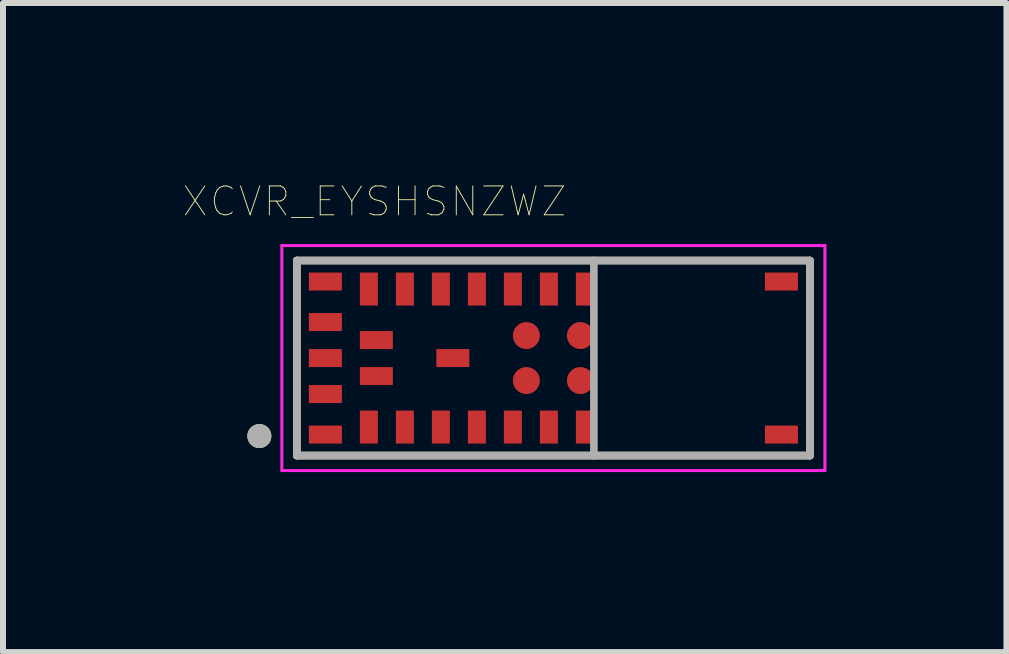
<source format=kicad_pcb>
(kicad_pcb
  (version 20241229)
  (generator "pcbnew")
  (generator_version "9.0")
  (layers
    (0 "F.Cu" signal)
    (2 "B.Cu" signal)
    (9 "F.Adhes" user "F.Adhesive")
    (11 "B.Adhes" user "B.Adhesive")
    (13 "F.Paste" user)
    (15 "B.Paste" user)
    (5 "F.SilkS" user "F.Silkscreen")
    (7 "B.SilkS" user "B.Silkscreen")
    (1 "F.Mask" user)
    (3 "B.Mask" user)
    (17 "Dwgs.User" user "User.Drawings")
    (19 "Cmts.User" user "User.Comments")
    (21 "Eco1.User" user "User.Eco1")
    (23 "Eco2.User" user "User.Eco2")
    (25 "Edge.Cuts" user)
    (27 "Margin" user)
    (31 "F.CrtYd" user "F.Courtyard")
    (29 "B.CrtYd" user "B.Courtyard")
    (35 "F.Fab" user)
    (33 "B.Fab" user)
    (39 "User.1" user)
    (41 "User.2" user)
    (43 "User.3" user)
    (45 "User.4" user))
  (footprint "XCVR_EYSHSNZWZ"
    (layer "F.Cu")
    (at 6.172 2.917)
    (property "Reference" "XCVR_EYSHSNZWZ" (at -2.981 -2.609 0) (layer "F.SilkS") (effects (font (size 0.481 0.481) (thickness 0.015))))
    (attr through_hole)
    (fp_line (start -4.275 -1.625) (end 4.275 -1.625) (stroke (width 0.127) (type solid)) (layer "F.SilkS"))
    (fp_line (start -4.275 1.625) (end -4.275 -1.625) (stroke (width 0.127) (type solid)) (layer "F.SilkS"))
    (fp_line (start 4.275 -1.625) (end 4.275 1.625) (stroke (width 0.127) (type solid)) (layer "F.SilkS"))
    (fp_line (start 4.275 1.625) (end -4.275 1.625) (stroke (width 0.127) (type solid)) (layer "F.SilkS"))
    (fp_circle (center -4.9 1.3) (end -4.8 1.3) (stroke (width 0.2) (type solid)) (fill no) (layer "F.SilkS"))
    (fp_poly (pts (xy -4.025 1.125) (xy -3.58 1.125) (xy -3.58 1.427) (xy -4.025 1.427)) (stroke (width 0.01) (type solid)) (fill yes) (layer "F.Paste"))
    (fp_poly (pts (xy -4.025 0.45) (xy -3.58 0.45) (xy -3.58 0.751) (xy -4.025 0.751)) (stroke (width 0.01) (type solid)) (fill yes) (layer "F.Paste"))
    (fp_poly (pts (xy -4.024 -0.15) (xy -3.58 -0.15) (xy -3.58 0.15) (xy -4.024 0.15)) (stroke (width 0.01) (type solid)) (fill yes) (layer "F.Paste"))
    (fp_poly (pts (xy -4.024 -1.425) (xy -3.58 -1.425) (xy -3.58 -1.126) (xy -4.024 -1.126)) (stroke (width 0.01) (type solid)) (fill yes) (layer "F.Paste"))
    (fp_poly (pts (xy -4.022 -0.75) (xy -3.58 -0.75) (xy -3.58 -0.45) (xy -4.022 -0.45)) (stroke (width 0.01) (type solid)) (fill yes) (layer "F.Paste"))
    (fp_poly (pts (xy -3.227 0.93) (xy -2.925 0.93) (xy -2.925 1.371) (xy -3.227 1.371)) (stroke (width 0.01) (type solid)) (fill yes) (layer "F.Paste"))
    (fp_poly (pts (xy -3.225 -1.37) (xy -2.925 -1.37) (xy -2.925 -0.93) (xy -3.225 -0.93)) (stroke (width 0.01) (type solid)) (fill yes) (layer "F.Paste"))
    (fp_poly (pts (xy -3.174 0.15) (xy -2.73 0.15) (xy -2.73 0.451) (xy -3.174 0.451)) (stroke (width 0.01) (type solid)) (fill yes) (layer "F.Paste"))
    (fp_poly (pts (xy -3.173 -0.45) (xy -2.73 -0.45) (xy -2.73 -0.15) (xy -3.173 -0.15)) (stroke (width 0.01) (type solid)) (fill yes) (layer "F.Paste"))
    (fp_poly (pts (xy -2.628 0.93) (xy -2.325 0.93) (xy -2.325 1.371) (xy -2.628 1.371)) (stroke (width 0.01) (type solid)) (fill yes) (layer "F.Paste"))
    (fp_poly (pts (xy -2.627 -1.37) (xy -2.325 -1.37) (xy -2.325 -0.931) (xy -2.627 -0.931)) (stroke (width 0.01) (type solid)) (fill yes) (layer "F.Paste"))
    (fp_poly (pts (xy -2.028 -1.37) (xy -1.725 -1.37) (xy -1.725 -0.931) (xy -2.028 -0.931)) (stroke (width 0.01) (type solid)) (fill yes) (layer "F.Paste"))
    (fp_poly (pts (xy -2.026 0.93) (xy -1.725 0.93) (xy -1.725 1.371) (xy -2.026 1.371)) (stroke (width 0.01) (type solid)) (fill yes) (layer "F.Paste"))
    (fp_poly (pts (xy -1.898 -0.15) (xy -1.455 -0.15) (xy -1.455 0.15) (xy -1.898 0.15)) (stroke (width 0.01) (type solid)) (fill yes) (layer "F.Paste"))
    (fp_poly (pts (xy -1.427 -1.37) (xy -1.125 -1.37) (xy -1.125 -0.932) (xy -1.427 -0.932)) (stroke (width 0.01) (type solid)) (fill yes) (layer "F.Paste"))
    (fp_poly (pts (xy -1.427 0.93) (xy -1.125 0.93) (xy -1.125 1.372) (xy -1.427 1.372)) (stroke (width 0.01) (type solid)) (fill yes) (layer "F.Paste"))
    (fp_poly (pts (xy -0.826 0.93) (xy -0.525 0.93) (xy -0.525 1.372) (xy -0.826 1.372)) (stroke (width 0.01) (type solid)) (fill yes) (layer "F.Paste"))
    (fp_poly (pts (xy -0.825 -1.37) (xy -0.525 -1.37) (xy -0.525 -0.93) (xy -0.825 -0.93)) (stroke (width 0.01) (type solid)) (fill yes) (layer "F.Paste"))
    (fp_poly (pts (xy -0.225 -1.37) (xy 0.075 -1.37) (xy 0.075 -0.93) (xy -0.225 -0.93)) (stroke (width 0.01) (type solid)) (fill yes) (layer "F.Paste"))
    (fp_poly (pts (xy -0.225 0.93) (xy 0.075 0.93) (xy 0.075 1.37) (xy -0.225 1.37)) (stroke (width 0.01) (type solid)) (fill yes) (layer "F.Paste"))
    (fp_poly (pts (xy 0.375 0.93) (xy 0.675 0.93) (xy 0.675 1.37) (xy 0.375 1.37)) (stroke (width 0.01) (type solid)) (fill yes) (layer "F.Paste"))
    (fp_poly (pts (xy 0.375 -1.37) (xy 0.675 -1.37) (xy 0.675 -0.93) (xy 0.375 -0.93)) (stroke (width 0.01) (type solid)) (fill yes) (layer "F.Paste"))
    (fp_poly (pts (xy 3.584 1.125) (xy 4.02 1.125) (xy 4.02 1.427) (xy 3.584 1.427)) (stroke (width 0.01) (type solid)) (fill yes) (layer "F.Paste"))
    (fp_poly (pts (xy 3.586 -1.425) (xy 4.02 -1.425) (xy 4.02 -1.127) (xy 3.586 -1.127)) (stroke (width 0.01) (type solid)) (fill yes) (layer "F.Paste"))
    (fp_poly (pts (xy -0.65 -0.375) (xy -0.65 -0.385) (xy -0.649 -0.396) (xy -0.648 -0.406) (xy -0.646 -0.417) (xy -0.643 -0.427) (xy -0.64 -0.437) (xy -0.637 -0.447) (xy -0.633 -0.456) (xy -0.628 -0.466) (xy -0.623 -0.475) (xy -0.618 -0.484) (xy -0.612 -0.493) (xy -0.605 -0.501) (xy -0.599 -0.509) (xy -0.591 -0.516) (xy -0.584 -0.524) (xy -0.576 -0.53) (xy -0.568 -0.537) (xy -0.559 -0.543) (xy -0.55 -0.548) (xy -0.541 -0.553) (xy -0.531 -0.558) (xy -0.522 -0.562) (xy -0.512 -0.565) (xy -0.502 -0.568) (xy -0.492 -0.571) (xy -0.481 -0.573) (xy -0.471 -0.574) (xy -0.46 -0.575) (xy -0.45 -0.575) (xy -0.44 -0.575) (xy -0.429 -0.574) (xy -0.419 -0.573) (xy -0.408 -0.571) (xy -0.398 -0.568) (xy -0.388 -0.565) (xy -0.378 -0.562) (xy -0.369 -0.558) (xy -0.359 -0.553) (xy -0.35 -0.548) (xy -0.341 -0.543) (xy -0.332 -0.537) (xy -0.324 -0.53) (xy -0.316 -0.524) (xy -0.309 -0.516) (xy -0.301 -0.509) (xy -0.295 -0.501) (xy -0.288 -0.493) (xy -0.282 -0.484) (xy -0.277 -0.475) (xy -0.272 -0.466) (xy -0.267 -0.456) (xy -0.263 -0.447) (xy -0.26 -0.437) (xy -0.257 -0.427) (xy -0.254 -0.417) (xy -0.252 -0.406) (xy -0.251 -0.396) (xy -0.25 -0.385) (xy -0.25 -0.375) (xy -0.25 -0.365) (xy -0.251 -0.354) (xy -0.252 -0.344) (xy -0.254 -0.333) (xy -0.257 -0.323) (xy -0.26 -0.313) (xy -0.263 -0.303) (xy -0.267 -0.294) (xy -0.272 -0.284) (xy -0.277 -0.275) (xy -0.282 -0.266) (xy -0.288 -0.257) (xy -0.295 -0.249) (xy -0.301 -0.241) (xy -0.309 -0.234) (xy -0.316 -0.226) (xy -0.324 -0.22) (xy -0.332 -0.213) (xy -0.341 -0.207) (xy -0.35 -0.202) (xy -0.359 -0.197) (xy -0.369 -0.192) (xy -0.378 -0.188) (xy -0.388 -0.185) (xy -0.398 -0.182) (xy -0.408 -0.179) (xy -0.419 -0.177) (xy -0.429 -0.176) (xy -0.44 -0.175) (xy -0.45 -0.175) (xy -0.46 -0.175) (xy -0.471 -0.176) (xy -0.481 -0.177) (xy -0.492 -0.179) (xy -0.502 -0.182) (xy -0.512 -0.185) (xy -0.522 -0.188) (xy -0.531 -0.192) (xy -0.541 -0.197) (xy -0.55 -0.202) (xy -0.559 -0.207) (xy -0.568 -0.213) (xy -0.576 -0.22) (xy -0.584 -0.226) (xy -0.591 -0.234) (xy -0.599 -0.241) (xy -0.605 -0.249) (xy -0.612 -0.257) (xy -0.618 -0.266) (xy -0.623 -0.275) (xy -0.628 -0.284) (xy -0.633 -0.294) (xy -0.637 -0.303) (xy -0.64 -0.313) (xy -0.643 -0.323) (xy -0.646 -0.333) (xy -0.648 -0.344) (xy -0.649 -0.354) (xy -0.65 -0.365) (xy -0.65 -0.375)) (stroke (width 0.001) (type solid)) (fill yes) (layer "F.Paste"))
    (fp_poly (pts (xy -0.65 0.375) (xy -0.65 0.365) (xy -0.649 0.354) (xy -0.648 0.344) (xy -0.646 0.333) (xy -0.643 0.323) (xy -0.64 0.313) (xy -0.637 0.303) (xy -0.633 0.294) (xy -0.628 0.284) (xy -0.623 0.275) (xy -0.618 0.266) (xy -0.612 0.257) (xy -0.605 0.249) (xy -0.599 0.241) (xy -0.591 0.234) (xy -0.584 0.226) (xy -0.576 0.22) (xy -0.568 0.213) (xy -0.559 0.207) (xy -0.55 0.202) (xy -0.541 0.197) (xy -0.531 0.192) (xy -0.522 0.188) (xy -0.512 0.185) (xy -0.502 0.182) (xy -0.492 0.179) (xy -0.481 0.177) (xy -0.471 0.176) (xy -0.46 0.175) (xy -0.45 0.175) (xy -0.44 0.175) (xy -0.429 0.176) (xy -0.419 0.177) (xy -0.408 0.179) (xy -0.398 0.182) (xy -0.388 0.185) (xy -0.378 0.188) (xy -0.369 0.192) (xy -0.359 0.197) (xy -0.35 0.202) (xy -0.341 0.207) (xy -0.332 0.213) (xy -0.324 0.22) (xy -0.316 0.226) (xy -0.309 0.234) (xy -0.301 0.241) (xy -0.295 0.249) (xy -0.288 0.257) (xy -0.282 0.266) (xy -0.277 0.275) (xy -0.272 0.284) (xy -0.267 0.294) (xy -0.263 0.303) (xy -0.26 0.313) (xy -0.257 0.323) (xy -0.254 0.333) (xy -0.252 0.344) (xy -0.251 0.354) (xy -0.25 0.365) (xy -0.25 0.375) (xy -0.25 0.385) (xy -0.251 0.396) (xy -0.252 0.406) (xy -0.254 0.417) (xy -0.257 0.427) (xy -0.26 0.437) (xy -0.263 0.447) (xy -0.267 0.456) (xy -0.272 0.466) (xy -0.277 0.475) (xy -0.282 0.484) (xy -0.288 0.493) (xy -0.295 0.501) (xy -0.301 0.509) (xy -0.309 0.516) (xy -0.316 0.524) (xy -0.324 0.53) (xy -0.332 0.537) (xy -0.341 0.543) (xy -0.35 0.548) (xy -0.359 0.553) (xy -0.369 0.558) (xy -0.378 0.562) (xy -0.388 0.565) (xy -0.398 0.568) (xy -0.408 0.571) (xy -0.419 0.573) (xy -0.429 0.574) (xy -0.44 0.575) (xy -0.45 0.575) (xy -0.46 0.575) (xy -0.471 0.574) (xy -0.481 0.573) (xy -0.492 0.571) (xy -0.502 0.568) (xy -0.512 0.565) (xy -0.522 0.562) (xy -0.531 0.558) (xy -0.541 0.553) (xy -0.55 0.548) (xy -0.559 0.543) (xy -0.568 0.537) (xy -0.576 0.53) (xy -0.584 0.524) (xy -0.591 0.516) (xy -0.599 0.509) (xy -0.605 0.501) (xy -0.612 0.493) (xy -0.618 0.484) (xy -0.623 0.475) (xy -0.628 0.466) (xy -0.633 0.456) (xy -0.637 0.447) (xy -0.64 0.437) (xy -0.643 0.427) (xy -0.646 0.417) (xy -0.648 0.406) (xy -0.649 0.396) (xy -0.65 0.385) (xy -0.65 0.375)) (stroke (width 0.001) (type solid)) (fill yes) (layer "F.Paste"))
    (fp_poly (pts (xy 0.25 -0.375) (xy 0.25 -0.385) (xy 0.251 -0.396) (xy 0.252 -0.406) (xy 0.254 -0.417) (xy 0.257 -0.427) (xy 0.26 -0.437) (xy 0.263 -0.447) (xy 0.267 -0.456) (xy 0.272 -0.466) (xy 0.277 -0.475) (xy 0.282 -0.484) (xy 0.288 -0.493) (xy 0.295 -0.501) (xy 0.301 -0.509) (xy 0.309 -0.516) (xy 0.316 -0.524) (xy 0.324 -0.53) (xy 0.332 -0.537) (xy 0.341 -0.543) (xy 0.35 -0.548) (xy 0.359 -0.553) (xy 0.369 -0.558) (xy 0.378 -0.562) (xy 0.388 -0.565) (xy 0.398 -0.568) (xy 0.408 -0.571) (xy 0.419 -0.573) (xy 0.429 -0.574) (xy 0.44 -0.575) (xy 0.45 -0.575) (xy 0.46 -0.575) (xy 0.471 -0.574) (xy 0.481 -0.573) (xy 0.492 -0.571) (xy 0.502 -0.568) (xy 0.512 -0.565) (xy 0.522 -0.562) (xy 0.531 -0.558) (xy 0.541 -0.553) (xy 0.55 -0.548) (xy 0.559 -0.543) (xy 0.568 -0.537) (xy 0.576 -0.53) (xy 0.584 -0.524) (xy 0.591 -0.516) (xy 0.599 -0.509) (xy 0.605 -0.501) (xy 0.612 -0.493) (xy 0.618 -0.484) (xy 0.623 -0.475) (xy 0.628 -0.466) (xy 0.633 -0.456) (xy 0.637 -0.447) (xy 0.64 -0.437) (xy 0.643 -0.427) (xy 0.646 -0.417) (xy 0.648 -0.406) (xy 0.649 -0.396) (xy 0.65 -0.385) (xy 0.65 -0.375) (xy 0.65 -0.365) (xy 0.649 -0.354) (xy 0.648 -0.344) (xy 0.646 -0.333) (xy 0.643 -0.323) (xy 0.64 -0.313) (xy 0.637 -0.303) (xy 0.633 -0.294) (xy 0.628 -0.284) (xy 0.623 -0.275) (xy 0.618 -0.266) (xy 0.612 -0.257) (xy 0.605 -0.249) (xy 0.599 -0.241) (xy 0.591 -0.234) (xy 0.584 -0.226) (xy 0.576 -0.22) (xy 0.568 -0.213) (xy 0.559 -0.207) (xy 0.55 -0.202) (xy 0.541 -0.197) (xy 0.531 -0.192) (xy 0.522 -0.188) (xy 0.512 -0.185) (xy 0.502 -0.182) (xy 0.492 -0.179) (xy 0.481 -0.177) (xy 0.471 -0.176) (xy 0.46 -0.175) (xy 0.45 -0.175) (xy 0.44 -0.175) (xy 0.429 -0.176) (xy 0.419 -0.177) (xy 0.408 -0.179) (xy 0.398 -0.182) (xy 0.388 -0.185) (xy 0.378 -0.188) (xy 0.369 -0.192) (xy 0.359 -0.197) (xy 0.35 -0.202) (xy 0.341 -0.207) (xy 0.332 -0.213) (xy 0.324 -0.22) (xy 0.316 -0.226) (xy 0.309 -0.234) (xy 0.301 -0.241) (xy 0.295 -0.249) (xy 0.288 -0.257) (xy 0.282 -0.266) (xy 0.277 -0.275) (xy 0.272 -0.284) (xy 0.267 -0.294) (xy 0.263 -0.303) (xy 0.26 -0.313) (xy 0.257 -0.323) (xy 0.254 -0.333) (xy 0.252 -0.344) (xy 0.251 -0.354) (xy 0.25 -0.365) (xy 0.25 -0.375)) (stroke (width 0.001) (type solid)) (fill yes) (layer "F.Paste"))
    (fp_poly (pts (xy 0.25 0.375) (xy 0.25 0.365) (xy 0.251 0.354) (xy 0.252 0.344) (xy 0.254 0.333) (xy 0.257 0.323) (xy 0.26 0.313) (xy 0.263 0.303) (xy 0.267 0.294) (xy 0.272 0.284) (xy 0.277 0.275) (xy 0.282 0.266) (xy 0.288 0.257) (xy 0.295 0.249) (xy 0.301 0.241) (xy 0.309 0.234) (xy 0.316 0.226) (xy 0.324 0.22) (xy 0.332 0.213) (xy 0.341 0.207) (xy 0.35 0.202) (xy 0.359 0.197) (xy 0.369 0.192) (xy 0.378 0.188) (xy 0.388 0.185) (xy 0.398 0.182) (xy 0.408 0.179) (xy 0.419 0.177) (xy 0.429 0.176) (xy 0.44 0.175) (xy 0.45 0.175) (xy 0.46 0.175) (xy 0.471 0.176) (xy 0.481 0.177) (xy 0.492 0.179) (xy 0.502 0.182) (xy 0.512 0.185) (xy 0.522 0.188) (xy 0.531 0.192) (xy 0.541 0.197) (xy 0.55 0.202) (xy 0.559 0.207) (xy 0.568 0.213) (xy 0.576 0.22) (xy 0.584 0.226) (xy 0.591 0.234) (xy 0.599 0.241) (xy 0.605 0.249) (xy 0.612 0.257) (xy 0.618 0.266) (xy 0.623 0.275) (xy 0.628 0.284) (xy 0.633 0.294) (xy 0.637 0.303) (xy 0.64 0.313) (xy 0.643 0.323) (xy 0.646 0.333) (xy 0.648 0.344) (xy 0.649 0.354) (xy 0.65 0.365) (xy 0.65 0.375) (xy 0.65 0.385) (xy 0.649 0.396) (xy 0.648 0.406) (xy 0.646 0.417) (xy 0.643 0.427) (xy 0.64 0.437) (xy 0.637 0.447) (xy 0.633 0.456) (xy 0.628 0.466) (xy 0.623 0.475) (xy 0.618 0.484) (xy 0.612 0.493) (xy 0.605 0.501) (xy 0.599 0.509) (xy 0.591 0.516) (xy 0.584 0.524) (xy 0.576 0.53) (xy 0.568 0.537) (xy 0.559 0.543) (xy 0.55 0.548) (xy 0.541 0.553) (xy 0.531 0.558) (xy 0.522 0.562) (xy 0.512 0.565) (xy 0.502 0.568) (xy 0.492 0.571) (xy 0.481 0.573) (xy 0.471 0.574) (xy 0.46 0.575) (xy 0.45 0.575) (xy 0.44 0.575) (xy 0.429 0.574) (xy 0.419 0.573) (xy 0.408 0.571) (xy 0.398 0.568) (xy 0.388 0.565) (xy 0.378 0.562) (xy 0.369 0.558) (xy 0.359 0.553) (xy 0.35 0.548) (xy 0.341 0.543) (xy 0.332 0.537) (xy 0.324 0.53) (xy 0.316 0.524) (xy 0.309 0.516) (xy 0.301 0.509) (xy 0.295 0.501) (xy 0.288 0.493) (xy 0.282 0.484) (xy 0.277 0.475) (xy 0.272 0.466) (xy 0.267 0.456) (xy 0.263 0.447) (xy 0.26 0.437) (xy 0.257 0.427) (xy 0.254 0.417) (xy 0.252 0.406) (xy 0.251 0.396) (xy 0.25 0.385) (xy 0.25 0.375)) (stroke (width 0.001) (type solid)) (fill yes) (layer "F.Paste"))
    (fp_line (start -4.525 -1.875) (end 4.525 -1.875) (stroke (width 0.05) (type solid)) (layer "F.CrtYd"))
    (fp_line (start -4.525 1.875) (end -4.525 -1.875) (stroke (width 0.05) (type solid)) (layer "F.CrtYd"))
    (fp_line (start 4.525 -1.875) (end 4.525 1.875) (stroke (width 0.05) (type solid)) (layer "F.CrtYd"))
    (fp_line (start 4.525 1.875) (end -4.525 1.875) (stroke (width 0.05) (type solid)) (layer "F.CrtYd"))
    (fp_line (start -4.275 -1.625) (end 0.675 -1.625) (stroke (width 0.127) (type solid)) (layer "F.Fab"))
    (fp_line (start -4.275 1.625) (end -4.275 -1.625) (stroke (width 0.127) (type solid)) (layer "F.Fab"))
    (fp_line (start 0.675 -1.625) (end 0.675 1.625) (stroke (width 0.127) (type solid)) (layer "F.Fab"))
    (fp_line (start 0.675 -1.625) (end 4.275 -1.625) (stroke (width 0.127) (type solid)) (layer "F.Fab"))
    (fp_line (start 0.675 1.625) (end -4.275 1.625) (stroke (width 0.127) (type solid)) (layer "F.Fab"))
    (fp_line (start 4.275 -1.625) (end 4.275 1.625) (stroke (width 0.127) (type solid)) (layer "F.Fab"))
    (fp_line (start 4.275 1.625) (end 0.675 1.625) (stroke (width 0.127) (type solid)) (layer "F.Fab"))
    (fp_circle (center -4.9 1.3) (end -4.8 1.3) (stroke (width 0.2) (type solid)) (fill no) (layer "F.Fab"))
    (pad "1" smd rect (at -3.8 1.275) (size 0.55 0.3) (layers "F.Cu" "F.Mask"))
    (pad "2" smd rect (at -3.075 1.15) (size 0.3 0.55) (layers "F.Cu" "F.Mask"))
    (pad "3" smd rect (at -2.475 1.15) (size 0.3 0.55) (layers "F.Cu" "F.Mask"))
    (pad "4" smd rect (at -1.875 1.15) (size 0.3 0.55) (layers "F.Cu" "F.Mask"))
    (pad "5" smd rect (at -1.275 1.15) (size 0.3 0.55) (layers "F.Cu" "F.Mask"))
    (pad "6" smd rect (at -0.675 1.15) (size 0.3 0.55) (layers "F.Cu" "F.Mask"))
    (pad "7" smd rect (at -0.075 1.15) (size 0.3 0.55) (layers "F.Cu" "F.Mask"))
    (pad "8" smd rect (at 0.525 1.15) (size 0.3 0.55) (layers "F.Cu" "F.Mask"))
    (pad "9" smd circle (at 0.45 0.375) (size 0.45 0.45) (layers "F.Cu" "F.Mask"))
    (pad "10" smd circle (at 0.45 -0.375) (size 0.45 0.45) (layers "F.Cu" "F.Mask"))
    (pad "11" smd rect (at 0.525 -1.15) (size 0.3 0.55) (layers "F.Cu" "F.Mask"))
    (pad "12" smd rect (at -0.075 -1.15) (size 0.3 0.55) (layers "F.Cu" "F.Mask"))
    (pad "13" smd rect (at -0.675 -1.15) (size 0.3 0.55) (layers "F.Cu" "F.Mask"))
    (pad "14" smd rect (at -1.275 -1.15) (size 0.3 0.55) (layers "F.Cu" "F.Mask"))
    (pad "15" smd rect (at -1.875 -1.15) (size 0.3 0.55) (layers "F.Cu" "F.Mask"))
    (pad "16" smd rect (at -2.475 -1.15) (size 0.3 0.55) (layers "F.Cu" "F.Mask"))
    (pad "17" smd rect (at -3.075 -1.15) (size 0.3 0.55) (layers "F.Cu" "F.Mask"))
    (pad "18" smd rect (at -3.8 -1.275) (size 0.55 0.3) (layers "F.Cu" "F.Mask"))
    (pad "19" smd rect (at -3.8 -0.6) (size 0.55 0.3) (layers "F.Cu" "F.Mask"))
    (pad "20" smd rect (at -3.8 0) (size 0.55 0.3) (layers "F.Cu" "F.Mask"))
    (pad "21" smd rect (at -3.8 0.6) (size 0.55 0.3) (layers "F.Cu" "F.Mask"))
    (pad "22" smd rect (at -2.95 0.3) (size 0.55 0.3) (layers "F.Cu" "F.Mask"))
    (pad "23" smd circle (at -0.45 0.375) (size 0.45 0.45) (layers "F.Cu" "F.Mask"))
    (pad "24" smd circle (at -0.45 -0.375) (size 0.45 0.45) (layers "F.Cu" "F.Mask"))
    (pad "25" smd rect (at -2.95 -0.3) (size 0.55 0.3) (layers "F.Cu" "F.Mask"))
    (pad "26" smd rect (at -1.675 0) (size 0.55 0.3) (layers "F.Cu" "F.Mask"))
    (pad "27" smd rect (at 3.8 1.275) (size 0.55 0.3) (layers "F.Cu" "F.Mask"))
    (pad "28" smd rect (at 3.8 -1.275) (size 0.55 0.3) (layers "F.Cu" "F.Mask")))
  (gr_rect
    (start -3 -3)
    (end 13.722 7.817)
    (stroke (width 0.1) (type default))
    (fill no)
    (layer "Edge.Cuts")))
</source>
